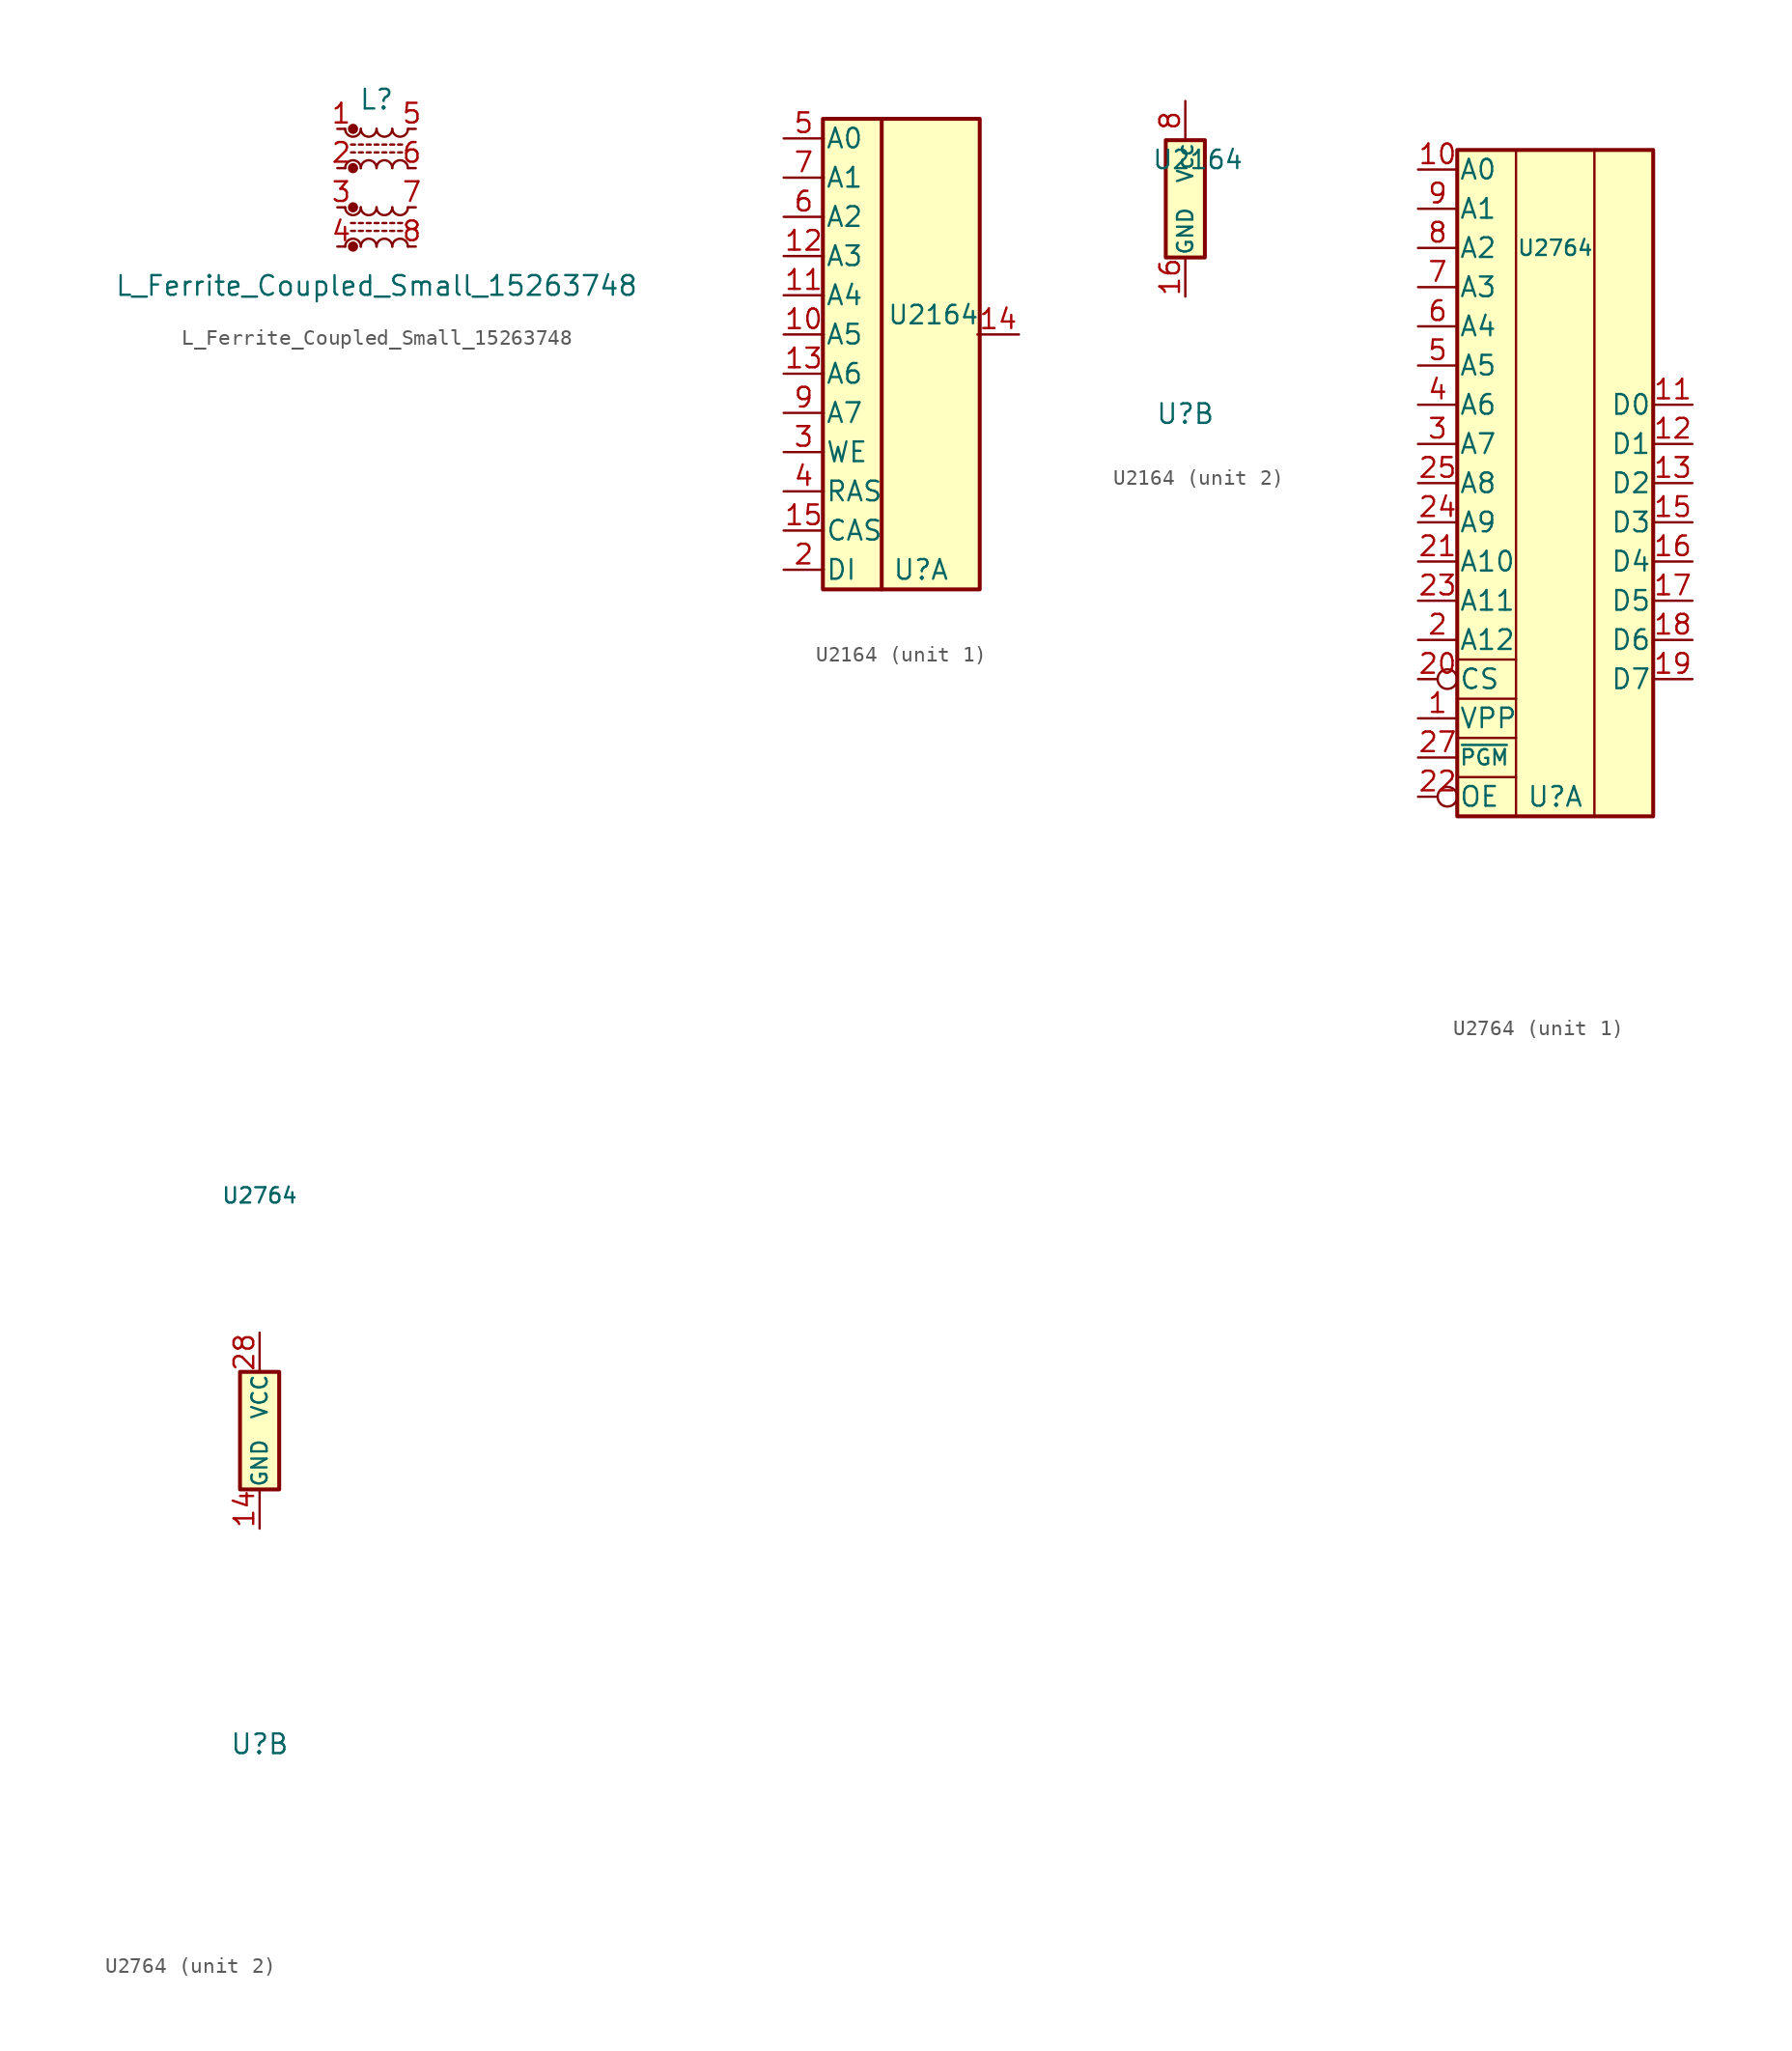
<source format=kicad_sym>
(kicad_symbol_lib
  (version 20211014)
  (generator kicad_symbol_editor)
  (symbol "L_Ferrite_Coupled_Small_15263748"
    (pin_names
      (offset 0.254) hide)
    (property "Reference" "L"
      (at 0 5.715 0)
      (effects (font (size 1.27 1.27))))
    (property "Value" "L_Ferrite_Coupled_Small_15263748"
      (at 0 -6.35 0)
      (effects (font (size 1.27 1.27))))
    (symbol "L_Ferrite_Coupled_Small_15263748_0_1"
      (arc (start -2.032 -1.27) (mid -1.524 -1.778) (end -1.016 -1.27) (stroke (width 0) (type default) (color 0 0 0 0)) (fill (type none)))
      (arc (start -2.032 3.81) (mid -1.524 3.302) (end -1.016 3.81) (stroke (width 0) (type default) (color 0 0 0 0)) (fill (type none)))
      (circle (center -1.524 -3.81) (radius 0.254) (stroke (width 0) (type default) (color 0 0 0 0)) (fill (type outline)))
      (circle (center -1.524 -1.27) (radius 0.254) (stroke (width 0) (type default) (color 0 0 0 0)) (fill (type outline)))
      (circle (center -1.524 1.27) (radius 0.254) (stroke (width 0) (type default) (color 0 0 0 0)) (fill (type outline)))
      (circle (center -1.524 3.81) (radius 0.254) (stroke (width 0) (type default) (color 0 0 0 0)) (fill (type outline)))
      (arc (start -1.016 -3.81) (mid -1.524 -3.302) (end -2.032 -3.81) (stroke (width 0) (type default) (color 0 0 0 0)) (fill (type none)))
      (arc (start -1.016 -1.27) (mid -0.508 -1.778) (end 0 -1.27) (stroke (width 0) (type default) (color 0 0 0 0)) (fill (type none)))
      (arc (start -1.016 1.27) (mid -1.524 1.778) (end -2.032 1.27) (stroke (width 0) (type default) (color 0 0 0 0)) (fill (type none)))
      (arc (start -1.016 3.81) (mid -0.508 3.302) (end 0 3.81) (stroke (width 0) (type default) (color 0 0 0 0)) (fill (type none)))
      (arc (start 0 -3.81) (mid -0.508 -3.302) (end -1.016 -3.81) (stroke (width 0) (type default) (color 0 0 0 0)) (fill (type none)))
      (arc (start 0 -1.27) (mid 0.508 -1.778) (end 1.016 -1.27) (stroke (width 0) (type default) (color 0 0 0 0)) (fill (type none)))
      (polyline (pts (xy -1.651 -2.286) (xy -1.397 -2.286)) (stroke (width 0) (type default) (color 0 0 0 0)) (fill (type none)))
      (polyline (pts (xy -1.651 2.794) (xy -1.397 2.794)) (stroke (width 0) (type default) (color 0 0 0 0)) (fill (type none)))
      (polyline (pts (xy -1.397 -2.794) (xy -1.651 -2.794)) (stroke (width 0) (type default) (color 0 0 0 0)) (fill (type none)))
      (polyline (pts (xy -1.397 2.286) (xy -1.651 2.286)) (stroke (width 0) (type default) (color 0 0 0 0)) (fill (type none)))
      (polyline (pts (xy -1.143 -2.286) (xy -0.889 -2.286)) (stroke (width 0) (type default) (color 0 0 0 0)) (fill (type none)))
      (polyline (pts (xy -1.143 2.794) (xy -0.889 2.794)) (stroke (width 0) (type default) (color 0 0 0 0)) (fill (type none)))
      (polyline (pts (xy -0.889 -2.794) (xy -1.143 -2.794)) (stroke (width 0) (type default) (color 0 0 0 0)) (fill (type none)))
      (polyline (pts (xy -0.889 2.286) (xy -1.143 2.286)) (stroke (width 0) (type default) (color 0 0 0 0)) (fill (type none)))
      (polyline (pts (xy -0.635 -2.286) (xy -0.381 -2.286)) (stroke (width 0) (type default) (color 0 0 0 0)) (fill (type none)))
      (polyline (pts (xy -0.635 2.794) (xy -0.381 2.794)) (stroke (width 0) (type default) (color 0 0 0 0)) (fill (type none)))
      (polyline (pts (xy -0.381 -2.794) (xy -0.635 -2.794)) (stroke (width 0) (type default) (color 0 0 0 0)) (fill (type none)))
      (polyline (pts (xy -0.381 2.286) (xy -0.635 2.286)) (stroke (width 0) (type default) (color 0 0 0 0)) (fill (type none)))
      (polyline (pts (xy -0.127 -2.286) (xy 0.127 -2.286)) (stroke (width 0) (type default) (color 0 0 0 0)) (fill (type none)))
      (polyline (pts (xy -0.127 2.794) (xy 0.127 2.794)) (stroke (width 0) (type default) (color 0 0 0 0)) (fill (type none)))
      (polyline (pts (xy 0.127 -2.794) (xy -0.127 -2.794)) (stroke (width 0) (type default) (color 0 0 0 0)) (fill (type none)))
      (polyline (pts (xy 0.127 2.286) (xy -0.127 2.286)) (stroke (width 0) (type default) (color 0 0 0 0)) (fill (type none)))
      (polyline (pts (xy 0.381 -2.286) (xy 0.635 -2.286)) (stroke (width 0) (type default) (color 0 0 0 0)) (fill (type none)))
      (polyline (pts (xy 0.381 2.794) (xy 0.635 2.794)) (stroke (width 0) (type default) (color 0 0 0 0)) (fill (type none)))
      (polyline (pts (xy 0.635 -2.794) (xy 0.381 -2.794)) (stroke (width 0) (type default) (color 0 0 0 0)) (fill (type none)))
      (polyline (pts (xy 0.635 2.286) (xy 0.381 2.286)) (stroke (width 0) (type default) (color 0 0 0 0)) (fill (type none)))
      (polyline (pts (xy 0.889 -2.286) (xy 1.143 -2.286)) (stroke (width 0) (type default) (color 0 0 0 0)) (fill (type none)))
      (polyline (pts (xy 0.889 2.794) (xy 1.143 2.794)) (stroke (width 0) (type default) (color 0 0 0 0)) (fill (type none)))
      (polyline (pts (xy 1.143 -2.794) (xy 0.889 -2.794)) (stroke (width 0) (type default) (color 0 0 0 0)) (fill (type none)))
      (polyline (pts (xy 1.143 2.286) (xy 0.889 2.286)) (stroke (width 0) (type default) (color 0 0 0 0)) (fill (type none)))
      (polyline (pts (xy 1.397 -2.286) (xy 1.651 -2.286)) (stroke (width 0) (type default) (color 0 0 0 0)) (fill (type none)))
      (polyline (pts (xy 1.397 2.794) (xy 1.651 2.794)) (stroke (width 0) (type default) (color 0 0 0 0)) (fill (type none)))
      (polyline (pts (xy 1.651 -2.794) (xy 1.397 -2.794)) (stroke (width 0) (type default) (color 0 0 0 0)) (fill (type none)))
      (polyline (pts (xy 1.651 2.286) (xy 1.397 2.286)) (stroke (width 0) (type default) (color 0 0 0 0)) (fill (type none)))
      (arc (start 0 1.27) (mid -0.508 1.778) (end -1.016 1.27) (stroke (width 0) (type default) (color 0 0 0 0)) (fill (type none)))
      (arc (start 0 3.81) (mid 0.508 3.302) (end 1.016 3.81) (stroke (width 0) (type default) (color 0 0 0 0)) (fill (type none)))
      (arc (start 1.016 -3.81) (mid 0.508 -3.302) (end 0 -3.81) (stroke (width 0) (type default) (color 0 0 0 0)) (fill (type none)))
      (arc (start 1.016 -1.27) (mid 1.524 -1.778) (end 2.032 -1.27) (stroke (width 0) (type default) (color 0 0 0 0)) (fill (type none)))
      (arc (start 1.016 1.27) (mid 0.508 1.778) (end 0 1.27) (stroke (width 0) (type default) (color 0 0 0 0)) (fill (type none)))
      (arc (start 1.016 3.81) (mid 1.524 3.302) (end 2.032 3.81) (stroke (width 0) (type default) (color 0 0 0 0)) (fill (type none)))
      (arc (start 2.032 -3.81) (mid 1.524 -3.302) (end 1.016 -3.81) (stroke (width 0) (type default) (color 0 0 0 0)) (fill (type none)))
      (arc (start 2.032 1.27) (mid 1.524 1.778) (end 1.016 1.27) (stroke (width 0) (type default) (color 0 0 0 0)) (fill (type none))))
    (symbol "L_Ferrite_Coupled_Small_15263748_1_1"
      (pin passive line (at -2.54 3.81 0) (length 0.508) (name "1" (effects (font (size 1.27 1.27)))) (number "1" (effects (font (size 1.27 1.27)))))
      (pin passive line (at -2.54 1.27 0) (length 0.508) (name "2" (effects (font (size 1.27 1.27)))) (number "2" (effects (font (size 1.27 1.27)))))
      (pin passive line (at -2.54 -1.27 0) (length 0.508) (name "3" (effects (font (size 1.27 1.27)))) (number "3" (effects (font (size 1.27 1.27)))))
      (pin passive line (at -2.54 -3.81 0) (length 0.508) (name "4" (effects (font (size 1.27 1.27)))) (number "4" (effects (font (size 1.27 1.27)))))
      (pin passive line (at 2.54 3.81 180) (length 0.508) (name "5" (effects (font (size 1.27 1.27)))) (number "5" (effects (font (size 1.27 1.27)))))
      (pin passive line (at 2.54 1.27 180) (length 0.508) (name "6" (effects (font (size 1.27 1.27)))) (number "6" (effects (font (size 1.27 1.27)))))
      (pin passive line (at 2.54 -1.27 180) (length 0.508) (name "7" (effects (font (size 1.27 1.27)))) (number "7" (effects (font (size 1.27 1.27)))))
      (pin passive line (at 2.54 -3.81 180) (length 0.508) (name "8" (effects (font (size 1.27 1.27)))) (number "8" (effects (font (size 1.27 1.27)))))))
  (symbol "U2164"
    (pin_names
      (offset 0.102))
    (property "Reference" "U"
      (at 0 -13.97 0)
      (effects (font (size 1.27 1.27))))
    (property "Value" "U2164"
      (at 3.81 2.54 0)
      (effects (font (size 1.194 1.194)) (justify right)))
    (property "ki_locked" ""
      (at 0 0 0)
      (effects (font (size 1.27 1.27))))
    (symbol "U2164_1_0"
      (rectangle (start -6.35 15.24) (end 3.81 -15.24) (stroke (width 0.254) (type default) (color 0 0 0 0)) (fill (type background)))
      (rectangle (start -2.54 15.24) (end -2.54 -15.24) (stroke (width 0.254) (type default) (color 0 0 0 0)) (fill (type none)))
      (pin no_connect line (at 6.35 -12.7 180) (length 2.591) hide (name "~" (effects (font (size 1.27 1.27)))) (number "1" (effects (font (size 1.27 1.27)))))
      (pin input line (at -8.89 1.27 0) (length 2.591) (name "A5" (effects (font (size 1.27 1.27)))) (number "10" (effects (font (size 1.27 1.27)))))
      (pin input line (at -8.89 3.81 0) (length 2.591) (name "A4" (effects (font (size 1.27 1.27)))) (number "11" (effects (font (size 1.27 1.27)))))
      (pin input line (at -8.89 6.35 0) (length 2.591) (name "A3" (effects (font (size 1.27 1.27)))) (number "12" (effects (font (size 1.27 1.27)))))
      (pin input line (at -8.89 -1.27 0) (length 2.591) (name "A6" (effects (font (size 1.27 1.27)))) (number "13" (effects (font (size 1.27 1.27)))))
      (pin tri_state line (at 6.35 1.27 180) (length 2.692) (name "~" (effects (font (size 1.27 1.27)))) (number "14" (effects (font (size 1.27 1.27)))))
      (pin input line (at -8.89 -11.43 0) (length 2.591) (name "CAS" (effects (font (size 1.27 1.27)))) (number "15" (effects (font (size 1.27 1.27)))))
      (pin input line (at -8.89 -13.97 0) (length 2.591) (name "DI" (effects (font (size 1.27 1.27)))) (number "2" (effects (font (size 1.27 1.27)))))
      (pin input line (at -8.89 -6.35 0) (length 2.591) (name "WE" (effects (font (size 1.27 1.27)))) (number "3" (effects (font (size 1.27 1.27)))))
      (pin input line (at -8.89 -8.89 0) (length 2.591) (name "RAS" (effects (font (size 1.27 1.27)))) (number "4" (effects (font (size 1.27 1.27)))))
      (pin input line (at -8.89 13.97 0) (length 2.591) (name "A0" (effects (font (size 1.27 1.27)))) (number "5" (effects (font (size 1.27 1.27)))))
      (pin input line (at -8.89 8.89 0) (length 2.591) (name "A2" (effects (font (size 1.27 1.27)))) (number "6" (effects (font (size 1.27 1.27)))))
      (pin input line (at -8.89 11.43 0) (length 2.591) (name "A1" (effects (font (size 1.27 1.27)))) (number "7" (effects (font (size 1.27 1.27)))))
      (pin input line (at -8.89 -3.81 0) (length 2.591) (name "A7" (effects (font (size 1.27 1.27)))) (number "9" (effects (font (size 1.27 1.27))))))
    (symbol "U2164_2_0"
      (rectangle (start -1.27 3.81) (end 1.27 -3.81) (stroke (width 0.254) (type default) (color 0 0 0 0)) (fill (type background)))
      (pin power_in line (at 0 -6.35 90) (length 2.54) (name "GND" (effects (font (size 0.991 0.991)))) (number "16" (effects (font (size 1.27 1.27)))))
      (pin power_in line (at 0 6.35 270) (length 2.54) (name "Vcc" (effects (font (size 0.991 0.991)))) (number "8" (effects (font (size 1.27 1.27)))))))
  (symbol "U2764"
    (pin_names
      (offset 0.102))
    (property "Reference" "U"
      (at 0 -20.32 0)
      (effects (font (size 1.27 1.27))))
    (property "Value" "U2764"
      (at 0 15.24 0)
      (effects (font (size 0.991 0.991))))
    (property "ki_locked" ""
      (at 0 0 0)
      (effects (font (size 1.27 1.27))))
    (symbol "U2764_1_1"
      (rectangle (start -6.35 -19.05) (end -2.54 -19.05) (stroke (width 0) (type default) (color 0 0 0 0)) (fill (type none)))
      (rectangle (start -6.35 -16.51) (end -2.54 -16.51) (stroke (width 0) (type default) (color 0 0 0 0)) (fill (type none)))
      (rectangle (start -6.35 -13.97) (end -2.54 -13.97) (stroke (width 0) (type default) (color 0 0 0 0)) (fill (type none)))
      (rectangle (start -6.35 -11.43) (end -2.54 -11.43) (stroke (width 0) (type default) (color 0 0 0 0)) (fill (type none)))
      (rectangle (start -6.35 21.59) (end -2.54 -21.59) (stroke (width 0) (type default) (color 0 0 0 0)) (fill (type none)))
      (rectangle (start -6.35 21.59) (end 6.35 -21.59) (stroke (width 0.254) (type default) (color 0 0 0 0)) (fill (type background)))
      (rectangle (start 2.54 21.59) (end 6.35 -21.59) (stroke (width 0) (type default) (color 0 0 0 0)) (fill (type none)))
      (pin power_in line (at -8.89 -15.24 0) (length 2.54) (name "VPP" (effects (font (size 1.27 1.27)))) (number "1" (effects (font (size 1.27 1.27)))))
      (pin input line (at -8.89 20.32 0) (length 2.54) (name "A0" (effects (font (size 1.27 1.27)))) (number "10" (effects (font (size 1.27 1.27)))))
      (pin tri_state line (at 8.89 5.08 180) (length 2.54) (name "D0" (effects (font (size 1.27 1.27)))) (number "11" (effects (font (size 1.27 1.27)))))
      (pin tri_state line (at 8.89 2.54 180) (length 2.54) (name "D1" (effects (font (size 1.27 1.27)))) (number "12" (effects (font (size 1.27 1.27)))))
      (pin tri_state line (at 8.89 0 180) (length 2.54) (name "D2" (effects (font (size 1.27 1.27)))) (number "13" (effects (font (size 1.27 1.27)))))
      (pin tri_state line (at 8.89 -2.54 180) (length 2.54) (name "D3" (effects (font (size 1.27 1.27)))) (number "15" (effects (font (size 1.27 1.27)))))
      (pin tri_state line (at 8.89 -5.08 180) (length 2.54) (name "D4" (effects (font (size 1.27 1.27)))) (number "16" (effects (font (size 1.27 1.27)))))
      (pin tri_state line (at 8.89 -7.62 180) (length 2.54) (name "D5" (effects (font (size 1.27 1.27)))) (number "17" (effects (font (size 1.27 1.27)))))
      (pin tri_state line (at 8.89 -10.16 180) (length 2.54) (name "D6" (effects (font (size 1.27 1.27)))) (number "18" (effects (font (size 1.27 1.27)))))
      (pin tri_state line (at 8.89 -12.7 180) (length 2.54) (name "D7" (effects (font (size 1.27 1.27)))) (number "19" (effects (font (size 1.27 1.27)))))
      (pin input line (at -8.89 -10.16 0) (length 2.54) (name "A12" (effects (font (size 1.27 1.27)))) (number "2" (effects (font (size 1.27 1.27)))))
      (pin input inverted (at -8.89 -12.7 0) (length 2.54) (name "CS" (effects (font (size 1.27 1.27)))) (number "20" (effects (font (size 1.27 1.27)))))
      (pin input line (at -8.89 -5.08 0) (length 2.54) (name "A10" (effects (font (size 1.27 1.27)))) (number "21" (effects (font (size 1.27 1.27)))))
      (pin input inverted (at -8.89 -20.32 0) (length 2.54) (name "OE" (effects (font (size 1.27 1.27)))) (number "22" (effects (font (size 1.27 1.27)))))
      (pin input line (at -8.89 -7.62 0) (length 2.54) (name "A11" (effects (font (size 1.27 1.27)))) (number "23" (effects (font (size 1.27 1.27)))))
      (pin input line (at -8.89 -2.54 0) (length 2.54) (name "A9" (effects (font (size 1.27 1.27)))) (number "24" (effects (font (size 1.27 1.27)))))
      (pin input line (at -8.89 0 0) (length 2.54) (name "A8" (effects (font (size 1.27 1.27)))) (number "25" (effects (font (size 1.27 1.27)))))
      (pin no_connect line (at -11.43 -29.21 0) (length 2.54) hide (name "n.c." (effects (font (size 1.27 1.27)))) (number "26" (effects (font (size 1.27 1.27)))))
      (pin input line (at -8.89 -17.78 0) (length 2.54) (name "~{PGM}" (effects (font (size 0.991 0.991)))) (number "27" (effects (font (size 1.27 1.27)))))
      (pin input line (at -8.89 2.54 0) (length 2.54) (name "A7" (effects (font (size 1.27 1.27)))) (number "3" (effects (font (size 1.27 1.27)))))
      (pin input line (at -8.89 5.08 0) (length 2.54) (name "A6" (effects (font (size 1.27 1.27)))) (number "4" (effects (font (size 1.27 1.27)))))
      (pin input line (at -8.89 7.62 0) (length 2.54) (name "A5" (effects (font (size 1.27 1.27)))) (number "5" (effects (font (size 1.27 1.27)))))
      (pin input line (at -8.89 10.16 0) (length 2.54) (name "A4" (effects (font (size 1.27 1.27)))) (number "6" (effects (font (size 1.27 1.27)))))
      (pin input line (at -8.89 12.7 0) (length 2.54) (name "A3" (effects (font (size 1.27 1.27)))) (number "7" (effects (font (size 1.27 1.27)))))
      (pin input line (at -8.89 15.24 0) (length 2.54) (name "A2" (effects (font (size 1.27 1.27)))) (number "8" (effects (font (size 1.27 1.27)))))
      (pin input line (at -8.89 17.78 0) (length 2.54) (name "A1" (effects (font (size 1.27 1.27)))) (number "9" (effects (font (size 1.27 1.27))))))
    (symbol "U2764_2_1"
      (rectangle (start -1.27 3.81) (end 1.27 -3.81) (stroke (width 0.254) (type default) (color 0 0 0 0)) (fill (type background)))
      (pin power_in line (at 0 -6.35 90) (length 2.54) (name "GND" (effects (font (size 0.991 0.991)))) (number "14" (effects (font (size 1.27 1.27)))))
      (pin no_connect line (at -11.43 -29.21 0) (length 2.54) hide (name "n.c." (effects (font (size 1.27 1.27)))) (number "26" (effects (font (size 1.27 1.27)))))
      (pin power_in line (at 0 6.35 270) (length 2.54) (name "VCC" (effects (font (size 0.991 0.991)))) (number "28" (effects (font (size 1.27 1.27))))))))
</source>
